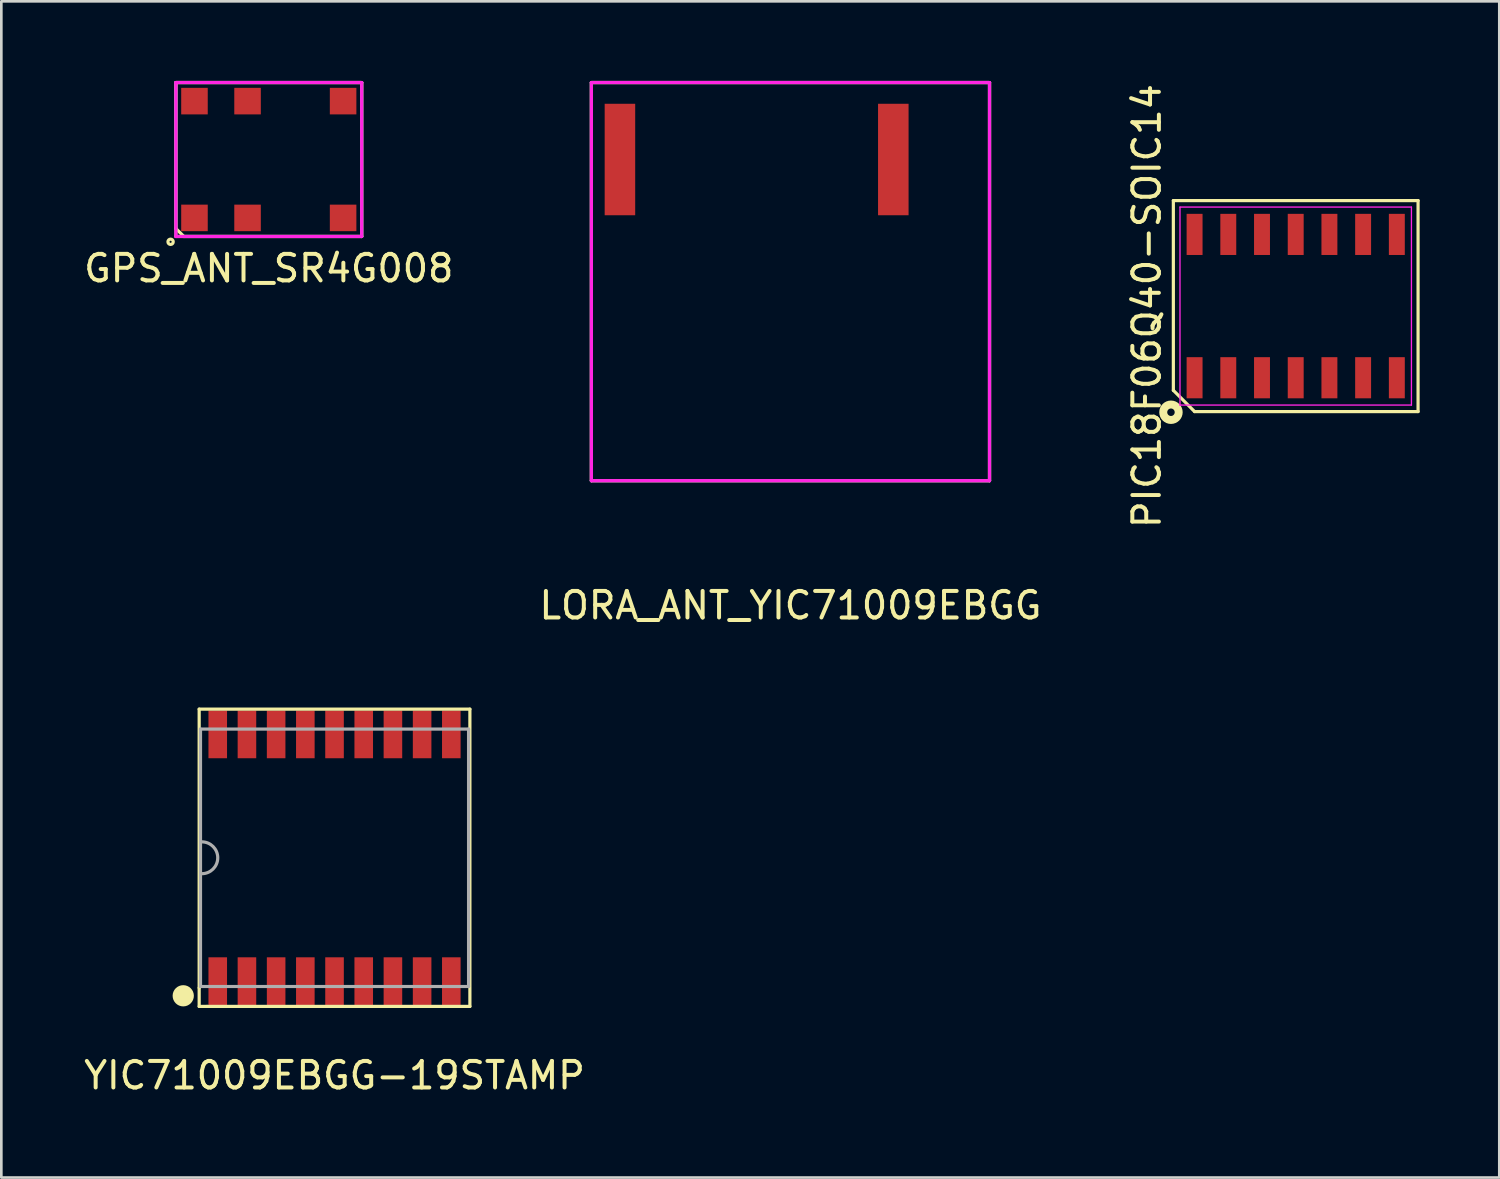
<source format=kicad_pcb>
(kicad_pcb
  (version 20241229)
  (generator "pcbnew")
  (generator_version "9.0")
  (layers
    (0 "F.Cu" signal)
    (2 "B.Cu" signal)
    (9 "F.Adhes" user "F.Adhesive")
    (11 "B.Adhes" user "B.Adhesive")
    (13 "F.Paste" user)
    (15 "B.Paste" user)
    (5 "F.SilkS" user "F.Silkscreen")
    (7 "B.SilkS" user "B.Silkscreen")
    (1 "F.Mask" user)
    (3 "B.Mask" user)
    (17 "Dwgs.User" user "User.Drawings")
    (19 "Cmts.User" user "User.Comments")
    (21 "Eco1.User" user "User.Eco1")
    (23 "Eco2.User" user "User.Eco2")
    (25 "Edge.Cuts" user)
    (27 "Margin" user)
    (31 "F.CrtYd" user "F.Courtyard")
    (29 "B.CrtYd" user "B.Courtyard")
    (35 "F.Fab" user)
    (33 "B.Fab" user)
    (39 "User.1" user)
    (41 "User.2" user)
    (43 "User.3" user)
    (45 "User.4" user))
  (footprint "LORA_ANT_YIC71009EBGG"
    (layer "F.Cu")
    (at 26.732 7.56)
    (property "Reference" "LORA_ANT_YIC71009EBGG" (at 0 12.2 0) (layer "F.SilkS") (effects (font (size 1 1) (thickness 0.15))))
    (attr through_hole)
    (fp_line (start -7.5 -7.5) (end -7.5 7.5) (stroke (width 0.12) (type solid)) (layer "F.SilkS"))
    (fp_line (start -7.5 -7.5) (end 7.5 -7.5) (stroke (width 0.12) (type solid)) (layer "F.SilkS"))
    (fp_line (start -7.5 7.5) (end 7.5 7.5) (stroke (width 0.12) (type solid)) (layer "F.SilkS"))
    (fp_line (start 7.5 -7.5) (end 7.5 7.5) (stroke (width 0.12) (type solid)) (layer "F.SilkS"))
    (fp_line (start -7.5 -7.5) (end -7.5 7.5) (stroke (width 0.12) (type solid)) (layer "F.CrtYd"))
    (fp_line (start -7.5 -7.5) (end 7.5 -7.5) (stroke (width 0.12) (type solid)) (layer "F.CrtYd"))
    (fp_line (start -7.5 7.5) (end 7.5 7.5) (stroke (width 0.12) (type solid)) (layer "F.CrtYd"))
    (fp_line (start 7.5 -7.5) (end 7.5 7.5) (stroke (width 0.12) (type solid)) (layer "F.CrtYd"))
    (fp_line (start -7.5 -7.5) (end -7.5 7.5) (stroke (width 0.12) (type solid)) (layer "F.Fab"))
    (fp_line (start -7.5 -7.5) (end 7.5 -7.5) (stroke (width 0.12) (type solid)) (layer "F.Fab"))
    (fp_line (start -7.5 7.5) (end 7.5 7.5) (stroke (width 0.12) (type solid)) (layer "F.Fab"))
    (fp_line (start 7.5 -7.5) (end 7.5 7.5) (stroke (width 0.12) (type solid)) (layer "F.Fab"))
    (pad "1" smd rect (at 3.875 -4.6) (size 1.15 4.2) (layers "F.Cu" "F.Mask" "F.Paste"))
    (pad "2" smd rect (at -6.425 -4.6) (size 1.15 4.2) (layers "F.Cu" "F.Mask" "F.Paste")))
  (footprint "GPS_ANT_SR4G008"
    (layer "F.Cu")
    (at 7.077 2.96)
    (property "Reference" "GPS_ANT_SR4G008" (at 0 4.1 0) (layer "F.SilkS") (effects (font (size 1 1) (thickness 0.15))))
    (attr through_hole)
    (fp_line (start -3.5 -2.9) (end -3.5 2.6) (stroke (width 0.12) (type solid)) (layer "F.SilkS"))
    (fp_line (start -3.5 -2.9) (end 3.5 -2.9) (stroke (width 0.12) (type solid)) (layer "F.SilkS"))
    (fp_line (start -3.5 2.6) (end -3.2 2.9) (stroke (width 0.12) (type solid)) (layer "F.SilkS"))
    (fp_line (start -3.2 2.9) (end 3.5 2.9) (stroke (width 0.12) (type solid)) (layer "F.SilkS"))
    (fp_line (start 3.5 -2.9) (end 3.5 2.9) (stroke (width 0.12) (type solid)) (layer "F.SilkS"))
    (fp_circle (center -3.7 3.1) (end -3.7 3) (stroke (width 0.12) (type solid)) (fill no) (layer "F.SilkS"))
    (fp_line (start -3.5 -2.9) (end -3.5 2.9) (stroke (width 0.12) (type solid)) (layer "F.CrtYd"))
    (fp_line (start -3.5 -2.9) (end 3.5 -2.9) (stroke (width 0.12) (type solid)) (layer "F.CrtYd"))
    (fp_line (start -3.5 2.9) (end 3.5 2.9) (stroke (width 0.12) (type solid)) (layer "F.CrtYd"))
    (fp_line (start 3.5 -2.9) (end 3.5 2.9) (stroke (width 0.12) (type solid)) (layer "F.CrtYd"))
    (fp_line (start -3.5 -2.9) (end -3.5 2.9) (stroke (width 0.12) (type solid)) (layer "F.Fab"))
    (fp_line (start -3.5 -2.9) (end 3.5 -2.9) (stroke (width 0.12) (type solid)) (layer "F.Fab"))
    (fp_line (start -3.5 2.9) (end 3.5 2.9) (stroke (width 0.12) (type solid)) (layer "F.Fab"))
    (fp_line (start 3.5 -2.9) (end 3.5 2.9) (stroke (width 0.12) (type solid)) (layer "F.Fab"))
    (pad "1" smd rect (at -2.8 2.2) (size 1 1) (layers "F.Cu" "F.Mask" "F.Paste"))
    (pad "3" smd rect (at 2.8 2.2) (size 1 1) (layers "F.Cu" "F.Mask" "F.Paste"))
    (pad "4" smd rect (at -0.8 2.2) (size 1 1) (layers "F.Cu" "F.Mask" "F.Paste"))
    (pad "4" smd rect (at 2.8 -2.2) (size 1 1) (layers "F.Cu" "F.Mask" "F.Paste"))
    (pad "5" smd rect (at -0.8 -2.2) (size 1 1) (layers "F.Cu" "F.Mask" "F.Paste"))
    (pad "6" smd rect (at -2.8 -2.2) (size 1 1) (layers "F.Cu" "F.Mask" "F.Paste")))
  (footprint "YIC71009EBGG-19STAMP"
    (layer "F.Cu")
    (at 9.554 29.268)
    (property "Reference" "YIC71009EBGG-19STAMP" (at 0 8.2 0) (layer "F.SilkS") (effects (font (size 1 1) (thickness 0.15))))
    (attr through_hole)
    (fp_line (start -5.1 -5.6) (end -5.1 4.9) (stroke (width 0.12) (type solid)) (layer "F.SilkS"))
    (fp_line (start -5.1 4.9) (end -5.1 5.6) (stroke (width 0.12) (type solid)) (layer "F.SilkS"))
    (fp_line (start -5.1 5.6) (end -4.8 5.6) (stroke (width 0.12) (type solid)) (layer "F.SilkS"))
    (fp_line (start -4.8 5.6) (end 5.1 5.6) (stroke (width 0.12) (type solid)) (layer "F.SilkS"))
    (fp_line (start 5.1 -5.6) (end -5.1 -5.6) (stroke (width 0.12) (type solid)) (layer "F.SilkS"))
    (fp_line (start 5.1 5.6) (end 5.1 -5.6) (stroke (width 0.12) (type solid)) (layer "F.SilkS"))
    (fp_circle (center -5.7 5.2) (end -5.5 5.2) (stroke (width 0.4) (type solid)) (fill no) (layer "F.SilkS"))
    (fp_line (start -5.05 -4.85) (end -5.05 4.85) (stroke (width 0.12) (type solid)) (layer "F.Fab"))
    (fp_line (start -5.05 -4.85) (end 5.05 -4.85) (stroke (width 0.12) (type solid)) (layer "F.Fab"))
    (fp_line (start -5.05 4.85) (end 5.05 4.85) (stroke (width 0.12) (type solid)) (layer "F.Fab"))
    (fp_line (start 5.05 -4.85) (end 5.05 4.85) (stroke (width 0.12) (type solid)) (layer "F.Fab"))
    (fp_arc (start -5 -0.6) (mid -4.4 0) (end -5 0.6) (stroke (width 0.12) (type solid)) (layer "F.Fab"))
    (pad "1" smd rect (at -4.4 4.85) (size 0.7 1.8) (drill (offset 0 -0.2)) (layers "F.Cu" "F.Mask" "F.Paste"))
    (pad "2" smd rect (at -3.3 4.85) (size 0.7 1.8) (drill (offset 0 -0.2)) (layers "F.Cu" "F.Mask" "F.Paste"))
    (pad "3" smd rect (at -2.2 4.85) (size 0.7 1.8) (drill (offset 0 -0.2)) (layers "F.Cu" "F.Mask" "F.Paste"))
    (pad "4" smd rect (at -1.1 4.85) (size 0.7 1.8) (drill (offset 0 -0.2)) (layers "F.Cu" "F.Mask" "F.Paste"))
    (pad "5" smd rect (at 0 4.85) (size 0.7 1.8) (drill (offset 0 -0.2)) (layers "F.Cu" "F.Mask" "F.Paste"))
    (pad "6" smd rect (at 1.1 4.85) (size 0.7 1.8) (drill (offset 0 -0.2)) (layers "F.Cu" "F.Mask" "F.Paste"))
    (pad "7" smd rect (at 2.2 4.85) (size 0.7 1.8) (drill (offset 0 -0.2)) (layers "F.Cu" "F.Mask" "F.Paste"))
    (pad "8" smd rect (at 3.3 4.85) (size 0.7 1.8) (drill (offset 0 -0.2)) (layers "F.Cu" "F.Mask" "F.Paste"))
    (pad "9" smd rect (at 4.4 4.85) (size 0.7 1.8) (drill (offset 0 -0.2)) (layers "F.Cu" "F.Mask" "F.Paste"))
    (pad "10" smd rect (at 4.4 -4.85) (size 0.7 1.8) (drill (offset 0 0.2)) (layers "F.Cu" "F.Mask" "F.Paste"))
    (pad "11" smd rect (at 3.3 -4.85) (size 0.7 1.8) (drill (offset 0 0.2)) (layers "F.Cu" "F.Mask" "F.Paste"))
    (pad "12" smd rect (at 2.2 -4.85) (size 0.7 1.8) (drill (offset 0 0.2)) (layers "F.Cu" "F.Mask" "F.Paste"))
    (pad "13" smd rect (at 1.1 -4.85) (size 0.7 1.8) (drill (offset 0 0.2)) (layers "F.Cu" "F.Mask" "F.Paste"))
    (pad "14" smd rect (at 0 -4.85) (size 0.7 1.8) (drill (offset 0 0.2)) (layers "F.Cu" "F.Mask" "F.Paste"))
    (pad "15" smd rect (at -1.1 -4.85) (size 0.7 1.8) (drill (offset 0 0.2)) (layers "F.Cu" "F.Mask" "F.Paste"))
    (pad "16" smd rect (at -2.2 -4.85) (size 0.7 1.8) (drill (offset 0 0.2)) (layers "F.Cu" "F.Mask" "F.Paste"))
    (pad "17" smd rect (at -3.3 -4.85) (size 0.7 1.8) (drill (offset 0 0.2)) (layers "F.Cu" "F.Mask" "F.Paste"))
    (pad "18" smd rect (at -4.4 -4.85) (size 0.7 1.8) (drill (offset 0 0.2)) (layers "F.Cu" "F.Mask" "F.Paste")))
  (footprint "PIC18F06Q40-SOIC14"
    (layer "F.Cu")
    (at 45.768 8.482)
    (property "Reference" "PIC18F06Q40-SOIC14" (at -5.61 0 90) (layer "F.SilkS") (effects (font (size 1 1) (thickness 0.15))))
    (attr smd)
    (fp_line (start -4.61 -3.975) (end 4.61 -3.975) (stroke (width 0.12) (type solid)) (layer "F.SilkS"))
    (fp_line (start -4.61 3.175) (end -4.61 -3.975) (stroke (width 0.12) (type solid)) (layer "F.SilkS"))
    (fp_line (start -3.81 3.975) (end -4.61 3.175) (stroke (width 0.12) (type solid)) (layer "F.SilkS"))
    (fp_line (start 4.61 -3.975) (end 4.61 3.975) (stroke (width 0.12) (type solid)) (layer "F.SilkS"))
    (fp_line (start 4.61 3.975) (end -3.81 3.975) (stroke (width 0.12) (type solid)) (layer "F.SilkS"))
    (fp_circle (center -4.7 4) (end -4.559 4) (stroke (width 0.3) (type solid)) (fill no) (layer "F.SilkS"))
    (fp_line (start -4.36 -3.73) (end 4.36 -3.73) (stroke (width 0.05) (type solid)) (layer "F.CrtYd"))
    (fp_line (start -4.36 3.73) (end -4.36 -3.73) (stroke (width 0.05) (type solid)) (layer "F.CrtYd"))
    (fp_line (start 4.36 -3.73) (end 4.36 3.73) (stroke (width 0.05) (type solid)) (layer "F.CrtYd"))
    (fp_line (start 4.36 3.73) (end -4.36 3.73) (stroke (width 0.05) (type solid)) (layer "F.CrtYd"))
    (pad "1" smd rect (at -3.81 2.7) (size 0.6 1.55) (layers "F.Cu" "F.Mask" "F.Paste"))
    (pad "2" smd rect (at -2.54 2.7) (size 0.6 1.55) (layers "F.Cu" "F.Mask" "F.Paste"))
    (pad "3" smd rect (at -1.27 2.7) (size 0.6 1.55) (layers "F.Cu" "F.Mask" "F.Paste"))
    (pad "4" smd rect (at 0 2.7) (size 0.6 1.55) (layers "F.Cu" "F.Mask" "F.Paste"))
    (pad "5" smd rect (at 1.27 2.7) (size 0.6 1.55) (layers "F.Cu" "F.Mask" "F.Paste"))
    (pad "6" smd rect (at 2.54 2.7) (size 0.6 1.55) (layers "F.Cu" "F.Mask" "F.Paste"))
    (pad "7" smd rect (at 3.81 2.7) (size 0.6 1.55) (layers "F.Cu" "F.Mask" "F.Paste"))
    (pad "8" smd rect (at 3.81 -2.7) (size 0.6 1.55) (layers "F.Cu" "F.Mask" "F.Paste"))
    (pad "9" smd rect (at 2.54 -2.7) (size 0.6 1.55) (layers "F.Cu" "F.Mask" "F.Paste"))
    (pad "10" smd rect (at 1.27 -2.7) (size 0.6 1.55) (layers "F.Cu" "F.Mask" "F.Paste"))
    (pad "11" smd rect (at 0 -2.7) (size 0.6 1.55) (layers "F.Cu" "F.Mask" "F.Paste"))
    (pad "12" smd rect (at -1.27 -2.7) (size 0.6 1.55) (layers "F.Cu" "F.Mask" "F.Paste"))
    (pad "13" smd rect (at -2.54 -2.7) (size 0.6 1.55) (layers "F.Cu" "F.Mask" "F.Paste"))
    (pad "14" smd rect (at -3.81 -2.7) (size 0.6 1.55) (layers "F.Cu" "F.Mask" "F.Paste")))
  (gr_rect
    (start -3 -3)
    (end 53.438 41.316)
    (stroke (width 0.1) (type default))
    (fill no)
    (layer "Edge.Cuts")))
</source>
